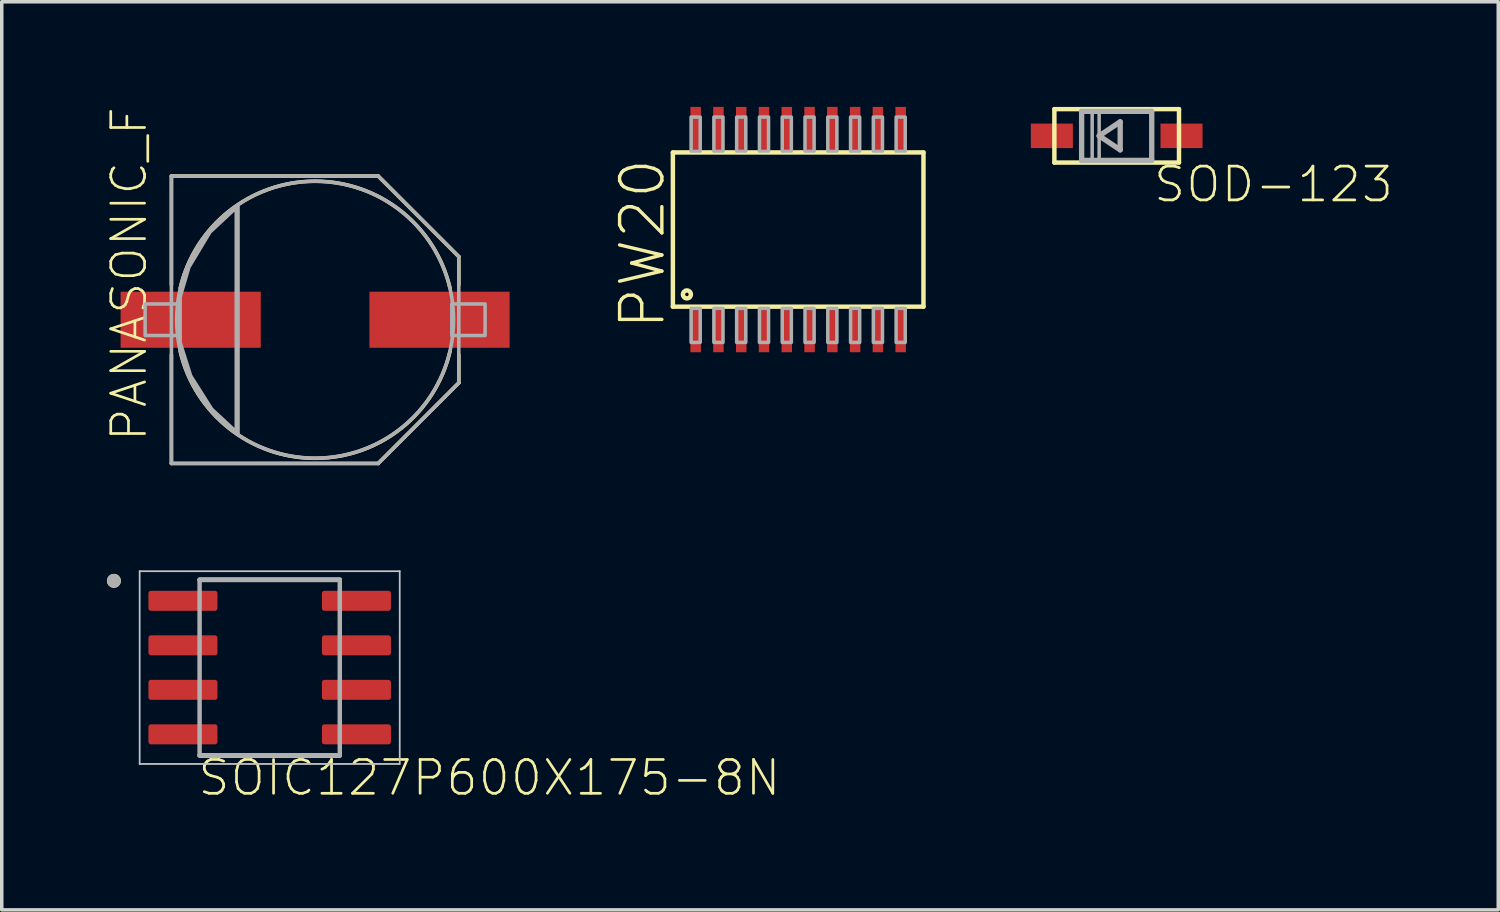
<source format=kicad_pcb>
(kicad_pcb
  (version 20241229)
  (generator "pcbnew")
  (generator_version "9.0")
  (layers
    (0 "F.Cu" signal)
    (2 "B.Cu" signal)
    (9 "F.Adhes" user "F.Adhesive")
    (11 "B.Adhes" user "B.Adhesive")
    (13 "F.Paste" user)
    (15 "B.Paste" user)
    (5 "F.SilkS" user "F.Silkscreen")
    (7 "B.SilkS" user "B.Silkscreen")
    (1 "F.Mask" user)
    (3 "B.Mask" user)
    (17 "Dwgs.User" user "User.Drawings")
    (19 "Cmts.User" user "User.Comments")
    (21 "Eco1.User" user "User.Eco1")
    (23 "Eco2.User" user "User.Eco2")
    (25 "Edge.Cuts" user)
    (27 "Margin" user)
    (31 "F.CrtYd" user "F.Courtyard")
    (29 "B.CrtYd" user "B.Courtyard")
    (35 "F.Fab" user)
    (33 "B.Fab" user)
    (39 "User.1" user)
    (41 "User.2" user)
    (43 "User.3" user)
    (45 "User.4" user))
  (footprint "PW20"
    (layer "F.Cu")
    (at 19.724 3.5)
    (property "Reference" "PW20" (at -3.737 2.914 90) (layer "F.SilkS") (effects (font (size 1.206 1.206) (thickness 0.097)) (justify left bottom)))
    (attr through_hole)
    (fp_line (start -3.575 -2.2) (end 3.575 -2.2) (stroke (width 0.127) (type solid)) (layer "F.SilkS"))
    (fp_line (start -3.575 2.2) (end -3.575 -2.2) (stroke (width 0.127) (type solid)) (layer "F.SilkS"))
    (fp_line (start 3.575 -2.2) (end 3.575 2.2) (stroke (width 0.127) (type solid)) (layer "F.SilkS"))
    (fp_line (start 3.575 2.2) (end -3.575 2.2) (stroke (width 0.127) (type solid)) (layer "F.SilkS"))
    (fp_circle (center -3.175 1.85) (end -3.125 1.85) (stroke (width 0.127) (type solid)) (fill no) (layer "F.SilkS"))
    (fp_poly (pts (xy -3.055 -2.24) (xy -2.795 -2.24) (xy -2.795 -3.21) (xy -3.055 -3.21)) (stroke (width 0.1) (type solid)) (fill no) (layer "F.Fab"))
    (fp_poly (pts (xy -3.055 3.22) (xy -2.795 3.22) (xy -2.795 2.25) (xy -3.055 2.25)) (stroke (width 0.1) (type solid)) (fill no) (layer "F.Fab"))
    (fp_poly (pts (xy -2.405 -2.24) (xy -2.145 -2.24) (xy -2.145 -3.21) (xy -2.405 -3.21)) (stroke (width 0.1) (type solid)) (fill no) (layer "F.Fab"))
    (fp_poly (pts (xy -2.405 3.22) (xy -2.145 3.22) (xy -2.145 2.25) (xy -2.405 2.25)) (stroke (width 0.1) (type solid)) (fill no) (layer "F.Fab"))
    (fp_poly (pts (xy -1.755 -2.24) (xy -1.495 -2.24) (xy -1.495 -3.21) (xy -1.755 -3.21)) (stroke (width 0.1) (type solid)) (fill no) (layer "F.Fab"))
    (fp_poly (pts (xy -1.755 3.22) (xy -1.495 3.22) (xy -1.495 2.25) (xy -1.755 2.25)) (stroke (width 0.1) (type solid)) (fill no) (layer "F.Fab"))
    (fp_poly (pts (xy -1.105 -2.24) (xy -0.845 -2.24) (xy -0.845 -3.21) (xy -1.105 -3.21)) (stroke (width 0.1) (type solid)) (fill no) (layer "F.Fab"))
    (fp_poly (pts (xy -1.105 3.22) (xy -0.845 3.22) (xy -0.845 2.25) (xy -1.105 2.25)) (stroke (width 0.1) (type solid)) (fill no) (layer "F.Fab"))
    (fp_poly (pts (xy -0.455 -2.24) (xy -0.195 -2.24) (xy -0.195 -3.21) (xy -0.455 -3.21)) (stroke (width 0.1) (type solid)) (fill no) (layer "F.Fab"))
    (fp_poly (pts (xy -0.455 3.22) (xy -0.195 3.22) (xy -0.195 2.25) (xy -0.455 2.25)) (stroke (width 0.1) (type solid)) (fill no) (layer "F.Fab"))
    (fp_poly (pts (xy 0.195 -2.24) (xy 0.455 -2.24) (xy 0.455 -3.21) (xy 0.195 -3.21)) (stroke (width 0.1) (type solid)) (fill no) (layer "F.Fab"))
    (fp_poly (pts (xy 0.195 3.22) (xy 0.455 3.22) (xy 0.455 2.25) (xy 0.195 2.25)) (stroke (width 0.1) (type solid)) (fill no) (layer "F.Fab"))
    (fp_poly (pts (xy 0.845 -2.24) (xy 1.105 -2.24) (xy 1.105 -3.21) (xy 0.845 -3.21)) (stroke (width 0.1) (type solid)) (fill no) (layer "F.Fab"))
    (fp_poly (pts (xy 0.845 3.22) (xy 1.105 3.22) (xy 1.105 2.25) (xy 0.845 2.25)) (stroke (width 0.1) (type solid)) (fill no) (layer "F.Fab"))
    (fp_poly (pts (xy 1.495 -2.24) (xy 1.755 -2.24) (xy 1.755 -3.21) (xy 1.495 -3.21)) (stroke (width 0.1) (type solid)) (fill no) (layer "F.Fab"))
    (fp_poly (pts (xy 1.495 3.22) (xy 1.755 3.22) (xy 1.755 2.25) (xy 1.495 2.25)) (stroke (width 0.1) (type solid)) (fill no) (layer "F.Fab"))
    (fp_poly (pts (xy 2.145 -2.24) (xy 2.405 -2.24) (xy 2.405 -3.21) (xy 2.145 -3.21)) (stroke (width 0.1) (type solid)) (fill no) (layer "F.Fab"))
    (fp_poly (pts (xy 2.145 3.22) (xy 2.405 3.22) (xy 2.405 2.25) (xy 2.145 2.25)) (stroke (width 0.1) (type solid)) (fill no) (layer "F.Fab"))
    (fp_poly (pts (xy 2.795 -2.24) (xy 3.055 -2.24) (xy 3.055 -3.21) (xy 2.795 -3.21)) (stroke (width 0.1) (type solid)) (fill no) (layer "F.Fab"))
    (fp_poly (pts (xy 2.795 3.22) (xy 3.055 3.22) (xy 3.055 2.25) (xy 2.795 2.25)) (stroke (width 0.1) (type solid)) (fill no) (layer "F.Fab"))
    (pad "1" smd rect (at -2.925 2.9) (size 0.3 1.2) (layers "F.Cu" "F.Mask" "F.Paste"))
    (pad "2" smd rect (at -2.275 2.9) (size 0.3 1.2) (layers "F.Cu" "F.Mask" "F.Paste"))
    (pad "3" smd rect (at -1.625 2.9) (size 0.3 1.2) (layers "F.Cu" "F.Mask" "F.Paste"))
    (pad "4" smd rect (at -0.975 2.9) (size 0.3 1.2) (layers "F.Cu" "F.Mask" "F.Paste"))
    (pad "5" smd rect (at -0.325 2.9) (size 0.3 1.2) (layers "F.Cu" "F.Mask" "F.Paste"))
    (pad "6" smd rect (at 0.325 2.9) (size 0.3 1.2) (layers "F.Cu" "F.Mask" "F.Paste"))
    (pad "7" smd rect (at 0.975 2.9) (size 0.3 1.2) (layers "F.Cu" "F.Mask" "F.Paste"))
    (pad "8" smd rect (at 1.625 2.9) (size 0.3 1.2) (layers "F.Cu" "F.Mask" "F.Paste"))
    (pad "9" smd rect (at 2.275 2.9) (size 0.3 1.2) (layers "F.Cu" "F.Mask" "F.Paste"))
    (pad "10" smd rect (at 2.925 2.9) (size 0.3 1.2) (layers "F.Cu" "F.Mask" "F.Paste"))
    (pad "11" smd rect (at 2.925 -2.9) (size 0.3 1.2) (layers "F.Cu" "F.Mask" "F.Paste"))
    (pad "12" smd rect (at 2.275 -2.9) (size 0.3 1.2) (layers "F.Cu" "F.Mask" "F.Paste"))
    (pad "13" smd rect (at 1.625 -2.9) (size 0.3 1.2) (layers "F.Cu" "F.Mask" "F.Paste"))
    (pad "14" smd rect (at 0.975 -2.9) (size 0.3 1.2) (layers "F.Cu" "F.Mask" "F.Paste"))
    (pad "15" smd rect (at 0.325 -2.9) (size 0.3 1.2) (layers "F.Cu" "F.Mask" "F.Paste"))
    (pad "16" smd rect (at -0.325 -2.9) (size 0.3 1.2) (layers "F.Cu" "F.Mask" "F.Paste"))
    (pad "17" smd rect (at -0.975 -2.9) (size 0.3 1.2) (layers "F.Cu" "F.Mask" "F.Paste"))
    (pad "18" smd rect (at -1.625 -2.9) (size 0.3 1.2) (layers "F.Cu" "F.Mask" "F.Paste"))
    (pad "19" smd rect (at -2.275 -2.9) (size 0.3 1.2) (layers "F.Cu" "F.Mask" "F.Paste"))
    (pad "20" smd rect (at -2.925 -2.9) (size 0.3 1.2) (layers "F.Cu" "F.Mask" "F.Paste")))
  (footprint "SOD-123"
    (layer "F.Cu")
    (at 28.812 0.826)
    (property "Reference" "SOD-123" (at 1 1.95 180) (layer "F.SilkS") (effects (font (size 0.965 0.965) (thickness 0.077)) (justify left bottom)))
    (attr through_hole)
    (fp_line (start -1.778 -0.762) (end 1.778 -0.762) (stroke (width 0.127) (type solid)) (layer "F.SilkS"))
    (fp_line (start -1.778 0.762) (end -1.778 -0.762) (stroke (width 0.127) (type solid)) (layer "F.SilkS"))
    (fp_line (start 1.778 -0.762) (end 1.778 0.762) (stroke (width 0.127) (type solid)) (layer "F.SilkS"))
    (fp_line (start 1.778 0.762) (end -1.778 0.762) (stroke (width 0.127) (type solid)) (layer "F.SilkS"))
    (fp_line (start -1 -0.7) (end 1 -0.7) (stroke (width 0.152) (type solid)) (layer "F.Fab"))
    (fp_line (start -1 0.7) (end -1 -0.7) (stroke (width 0.152) (type solid)) (layer "F.Fab"))
    (fp_line (start -0.5 0) (end 0.1 -0.4) (stroke (width 0.152) (type solid)) (layer "F.Fab"))
    (fp_line (start 0.1 -0.4) (end 0.1 0.4) (stroke (width 0.152) (type solid)) (layer "F.Fab"))
    (fp_line (start 0.1 0.4) (end -0.5 0) (stroke (width 0.152) (type solid)) (layer "F.Fab"))
    (fp_line (start 1 -0.7) (end 1 0.7) (stroke (width 0.152) (type solid)) (layer "F.Fab"))
    (fp_line (start 1 0.7) (end -1 0.7) (stroke (width 0.152) (type solid)) (layer "F.Fab"))
    (fp_poly (pts (xy -0.7 0.7) (xy -0.5 0.7) (xy -0.5 -0.7) (xy -0.7 -0.7)) (stroke (width 0.1) (type solid)) (fill no) (layer "F.Fab"))
    (pad "A" smd rect (at 1.85 0) (size 1.2 0.7) (layers "F.Cu" "F.Mask" "F.Paste"))
    (pad "C" smd rect (at -1.85 0) (size 1.2 0.7) (layers "F.Cu" "F.Mask" "F.Paste")))
  (footprint "PANASONIC_F"
    (layer "F.Cu")
    (at 5.941 6.073)
    (property "Reference" "PANASONIC_F" (at -4.744 3.526 90) (layer "F.SilkS") (effects (font (size 0.965 0.965) (thickness 0.077)) (justify left bottom)))
    (attr through_hole)
    (fp_line (start -4.1 -4.1) (end 1.8 -4.1) (stroke (width 0.102) (type solid)) (layer "F.SilkS"))
    (fp_line (start -4.1 -1) (end -4.1 -4.1) (stroke (width 0.102) (type solid)) (layer "F.SilkS"))
    (fp_line (start -4.1 4.1) (end -4.1 1) (stroke (width 0.102) (type solid)) (layer "F.SilkS"))
    (fp_line (start 1.8 -4.1) (end 4.1 -1.8) (stroke (width 0.102) (type solid)) (layer "F.SilkS"))
    (fp_line (start 1.8 4.1) (end -4.1 4.1) (stroke (width 0.102) (type solid)) (layer "F.SilkS"))
    (fp_line (start 4.1 -1.8) (end 4.1 -1) (stroke (width 0.102) (type solid)) (layer "F.SilkS"))
    (fp_line (start 4.1 1) (end 4.1 1.8) (stroke (width 0.102) (type solid)) (layer "F.SilkS"))
    (fp_line (start 4.1 1.8) (end 1.8 4.1) (stroke (width 0.102) (type solid)) (layer "F.SilkS"))
    (fp_arc (start -3.85 -0.9) (mid 0 -3.953796) (end 3.85 -0.9) (stroke (width 0.1016) (type solid)) (layer "F.SilkS"))
    (fp_arc (start 3.85 0.9) (mid 0 3.953796) (end -3.85 0.9) (stroke (width 0.1016) (type solid)) (layer "F.SilkS"))
    (fp_line (start -4.1 -4.1) (end 1.8 -4.1) (stroke (width 0.102) (type solid)) (layer "F.Fab"))
    (fp_line (start -4.1 4.1) (end -4.1 -4.1) (stroke (width 0.102) (type solid)) (layer "F.Fab"))
    (fp_line (start -2.2 -3.25) (end -2.2 3.25) (stroke (width 0.102) (type solid)) (layer "F.Fab"))
    (fp_line (start 1.8 -4.1) (end 4.1 -1.8) (stroke (width 0.102) (type solid)) (layer "F.Fab"))
    (fp_line (start 1.8 4.1) (end -4.1 4.1) (stroke (width 0.102) (type solid)) (layer "F.Fab"))
    (fp_line (start 4.1 -1.8) (end 4.1 1.8) (stroke (width 0.102) (type solid)) (layer "F.Fab"))
    (fp_line (start 4.1 1.8) (end 1.8 4.1) (stroke (width 0.102) (type solid)) (layer "F.Fab"))
    (fp_circle (center 0 0) (end 3.95 0) (stroke (width 0.102) (type solid)) (fill no) (layer "F.Fab"))
    (fp_circle (center 0 0) (end 4 0) (stroke (width 0.001) (type solid)) (fill no) (layer "F.Fab"))
    (fp_poly (pts (xy -4.85 0.45) (xy -3.9 0.45) (xy -3.9 -0.45) (xy -4.85 -0.45)) (stroke (width 0.1) (type solid)) (fill no) (layer "F.Fab"))
    (fp_poly (pts (xy 3.9 0.45) (xy 4.85 0.45) (xy 4.85 -0.45) (xy 3.9 -0.45)) (stroke (width 0.1) (type solid)) (fill no) (layer "F.Fab"))
    (fp_poly (pts (xy -2.25 -3.2) (xy -3 -2.5) (xy -3.6 -1.5) (xy -3.85 -0.65) (xy -3.85 0.65) (xy -3.55 1.6) (xy -2.95 2.55) (xy -2.25 3.2) (xy -2.25 -3.15)) (stroke (width 0.1) (type solid)) (fill no) (layer "F.Fab"))
    (pad "+" smd rect (at 3.55 0) (size 4 1.6) (layers "F.Cu" "F.Mask" "F.Paste"))
    (pad "-" smd rect (at -3.55 0) (size 4 1.6) (layers "F.Cu" "F.Mask" "F.Paste")))
  (footprint "SOIC127P600X175-8N"
    (layer "F.Cu")
    (at 4.645 15.998)
    (property "Reference" "SOIC127P600X175-8N" (at -2.1 3.709 180) (layer "F.SilkS") (effects (font (size 0.965 0.965) (thickness 0.077)) (justify left bottom)))
    (attr through_hole)
    (fp_line (start -2 -2.51) (end 2 -2.51) (stroke (width 0.127) (type solid)) (layer "F.SilkS"))
    (fp_line (start -2 2.51) (end 2 2.51) (stroke (width 0.127) (type solid)) (layer "F.SilkS"))
    (fp_circle (center -4.445 -2.475) (end -4.345 -2.475) (stroke (width 0.2) (type solid)) (fill no) (layer "F.SilkS"))
    (fp_line (start -3.71 -2.75) (end -3.71 2.75) (stroke (width 0.05) (type solid)) (layer "Dwgs.User"))
    (fp_line (start -3.71 -2.75) (end 3.71 -2.75) (stroke (width 0.05) (type solid)) (layer "Dwgs.User"))
    (fp_line (start -3.71 2.75) (end 3.71 2.75) (stroke (width 0.05) (type solid)) (layer "Dwgs.User"))
    (fp_line (start 3.71 -2.75) (end 3.71 2.75) (stroke (width 0.05) (type solid)) (layer "Dwgs.User"))
    (fp_line (start -2 -2.5) (end -2 2.5) (stroke (width 0.127) (type solid)) (layer "F.Fab"))
    (fp_line (start -2 -2.5) (end 2 -2.5) (stroke (width 0.127) (type solid)) (layer "F.Fab"))
    (fp_line (start -2 2.5) (end 2 2.5) (stroke (width 0.127) (type solid)) (layer "F.Fab"))
    (fp_line (start 2 -2.5) (end 2 2.5) (stroke (width 0.127) (type solid)) (layer "F.Fab"))
    (fp_circle (center -4.445 -2.475) (end -4.345 -2.475) (stroke (width 0.2) (type solid)) (fill no) (layer "F.Fab"))
    (pad "1" smd roundrect (at -2.475 -1.905) (size 1.97 0.57) (layers "F.Cu" "F.Mask" "F.Paste") (roundrect_rratio 0.125))
    (pad "2" smd roundrect (at -2.475 -0.635) (size 1.97 0.57) (layers "F.Cu" "F.Mask" "F.Paste") (roundrect_rratio 0.125))
    (pad "3" smd roundrect (at -2.475 0.635) (size 1.97 0.57) (layers "F.Cu" "F.Mask" "F.Paste") (roundrect_rratio 0.125))
    (pad "4" smd roundrect (at -2.475 1.905) (size 1.97 0.57) (layers "F.Cu" "F.Mask" "F.Paste") (roundrect_rratio 0.125))
    (pad "5" smd roundrect (at 2.475 1.905) (size 1.97 0.57) (layers "F.Cu" "F.Mask" "F.Paste") (roundrect_rratio 0.125))
    (pad "6" smd roundrect (at 2.475 0.635) (size 1.97 0.57) (layers "F.Cu" "F.Mask" "F.Paste") (roundrect_rratio 0.125))
    (pad "7" smd roundrect (at 2.475 -0.635) (size 1.97 0.57) (layers "F.Cu" "F.Mask" "F.Paste") (roundrect_rratio 0.125))
    (pad "8" smd roundrect (at 2.475 -1.905) (size 1.97 0.57) (layers "F.Cu" "F.Mask" "F.Paste") (roundrect_rratio 0.125)))
  (gr_rect
    (start -3 -3)
    (end 39.699 22.911)
    (stroke (width 0.1) (type default))
    (fill no)
    (layer "Edge.Cuts")))
</source>
